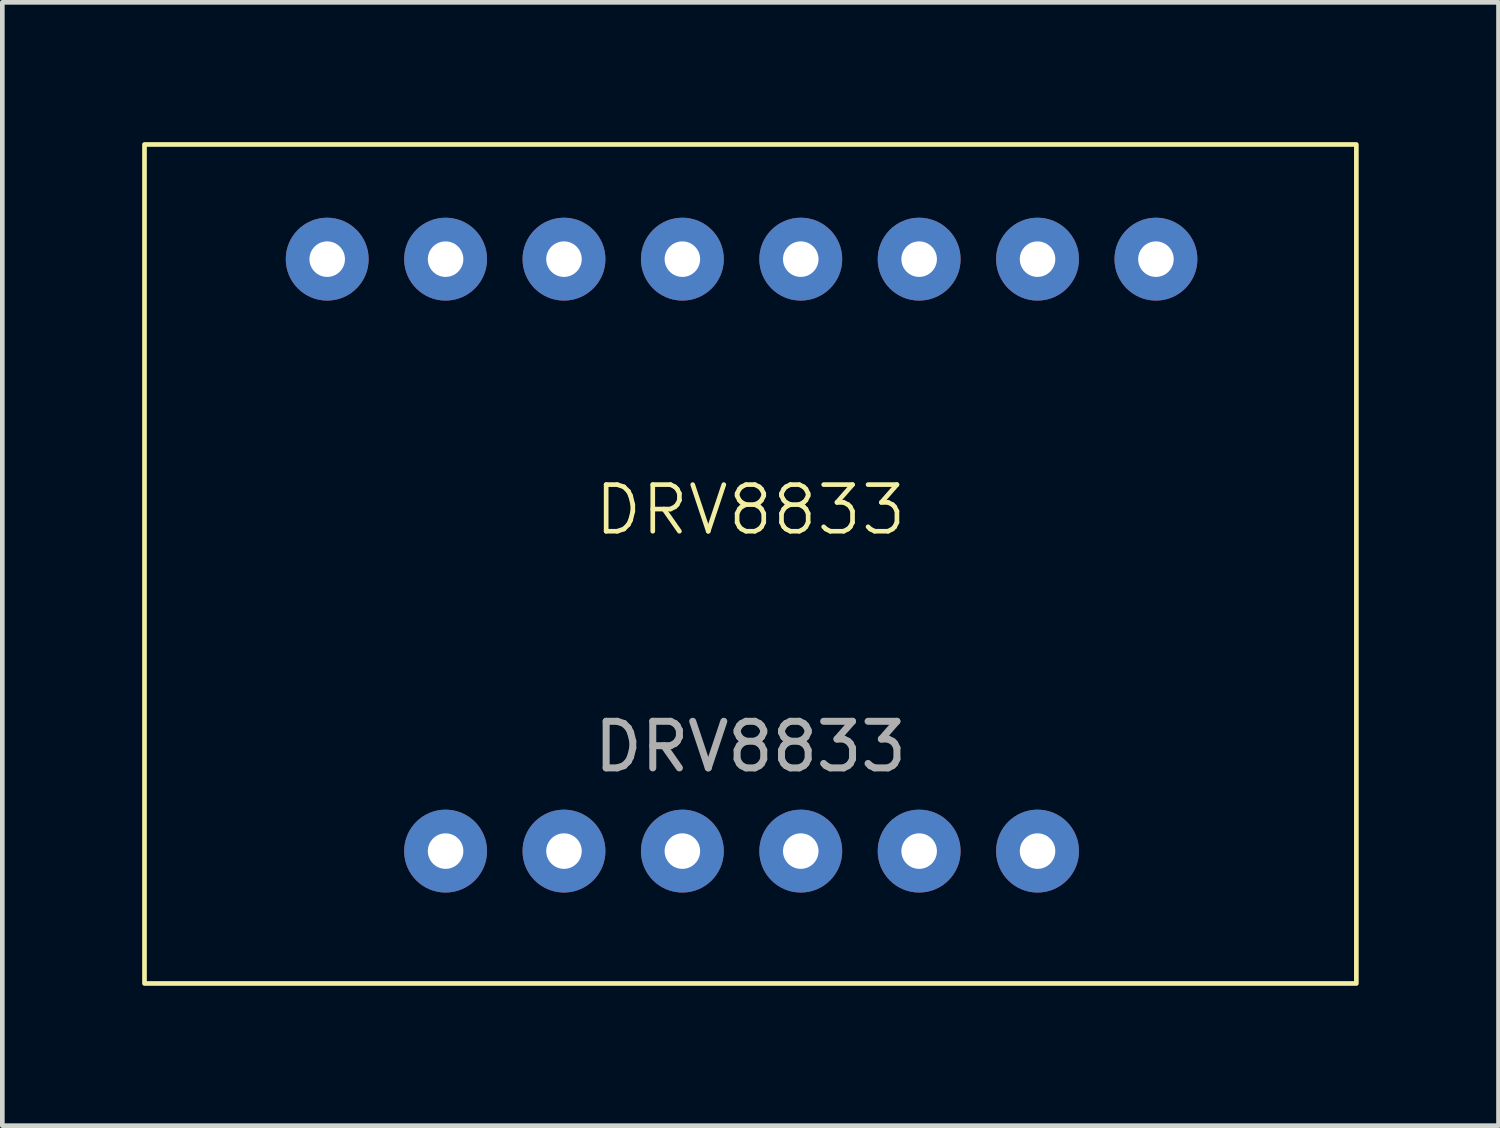
<source format=kicad_pcb>
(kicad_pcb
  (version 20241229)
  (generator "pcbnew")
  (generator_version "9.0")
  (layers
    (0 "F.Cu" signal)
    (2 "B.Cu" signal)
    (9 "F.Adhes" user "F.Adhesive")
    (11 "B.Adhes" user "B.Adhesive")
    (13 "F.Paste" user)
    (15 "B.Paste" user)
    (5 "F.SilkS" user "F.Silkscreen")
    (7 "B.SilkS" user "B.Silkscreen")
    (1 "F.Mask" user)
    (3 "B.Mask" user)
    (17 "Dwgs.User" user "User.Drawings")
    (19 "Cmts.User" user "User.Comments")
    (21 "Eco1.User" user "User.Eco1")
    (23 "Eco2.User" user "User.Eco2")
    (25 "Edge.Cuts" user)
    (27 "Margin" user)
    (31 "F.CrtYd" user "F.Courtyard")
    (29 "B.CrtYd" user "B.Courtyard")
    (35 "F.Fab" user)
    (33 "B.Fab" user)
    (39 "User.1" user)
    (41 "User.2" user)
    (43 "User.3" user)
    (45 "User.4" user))
  (footprint "DRV8833"
    (layer "F.Cu")
    (at 13.05 9.16)
    (property "Reference" "DRV8833" (at 0 -1.27 0) (unlocked yes) (layer "F.SilkS") (effects (font (size 1 1) (thickness 0.1))))
    (attr through_hole)
    (fp_rect (start -13 -9.11) (end 13 8.89) (stroke (width 0.1) (type default)) (fill no) (layer "F.SilkS"))
    (fp_text user "${REFERENCE}" (at 0 3.81 0) (unlocked yes) (layer "F.Fab") (effects (font (size 1 1) (thickness 0.15))))
    (pad "1" thru_hole circle (at -9.08 -6.65) (size 1.778 1.778) (drill 0.762) (layers "*.Cu" "*.Mask"))
    (pad "2" thru_hole circle (at -6.54 -6.65) (size 1.778 1.778) (drill 0.762) (layers "*.Cu" "*.Mask"))
    (pad "3" thru_hole circle (at -4 -6.65) (size 1.778 1.778) (drill 0.762) (layers "*.Cu" "*.Mask"))
    (pad "4" thru_hole circle (at -1.46 -6.65) (size 1.778 1.778) (drill 0.762) (layers "*.Cu" "*.Mask"))
    (pad "5" thru_hole circle (at 1.08 -6.65) (size 1.778 1.778) (drill 0.762) (layers "*.Cu" "*.Mask"))
    (pad "6" thru_hole circle (at 3.62 -6.65) (size 1.778 1.778) (drill 0.762) (layers "*.Cu" "*.Mask"))
    (pad "7" thru_hole circle (at 6.16 -6.65) (size 1.778 1.778) (drill 0.762) (layers "*.Cu" "*.Mask"))
    (pad "8" thru_hole circle (at 8.7 -6.65) (size 1.778 1.778) (drill 0.762) (layers "*.Cu" "*.Mask"))
    (pad "9" thru_hole circle (at -6.54 6.05) (size 1.778 1.778) (drill 0.762) (layers "*.Cu" "*.Mask"))
    (pad "10" thru_hole circle (at -4 6.05) (size 1.778 1.778) (drill 0.762) (layers "*.Cu" "*.Mask"))
    (pad "11" thru_hole circle (at -1.46 6.05) (size 1.778 1.778) (drill 0.762) (layers "*.Cu" "*.Mask"))
    (pad "12" thru_hole circle (at 1.08 6.05) (size 1.778 1.778) (drill 0.762) (layers "*.Cu" "*.Mask"))
    (pad "13" thru_hole circle (at 3.62 6.05) (size 1.778 1.778) (drill 0.762) (layers "*.Cu" "*.Mask"))
    (pad "14" thru_hole circle (at 6.16 6.05) (size 1.778 1.778) (drill 0.762) (layers "*.Cu" "*.Mask")))
  (gr_rect
    (start -3 -3)
    (end 29.1 21.1)
    (stroke (width 0.1) (type default))
    (fill no)
    (layer "Edge.Cuts")))
</source>
